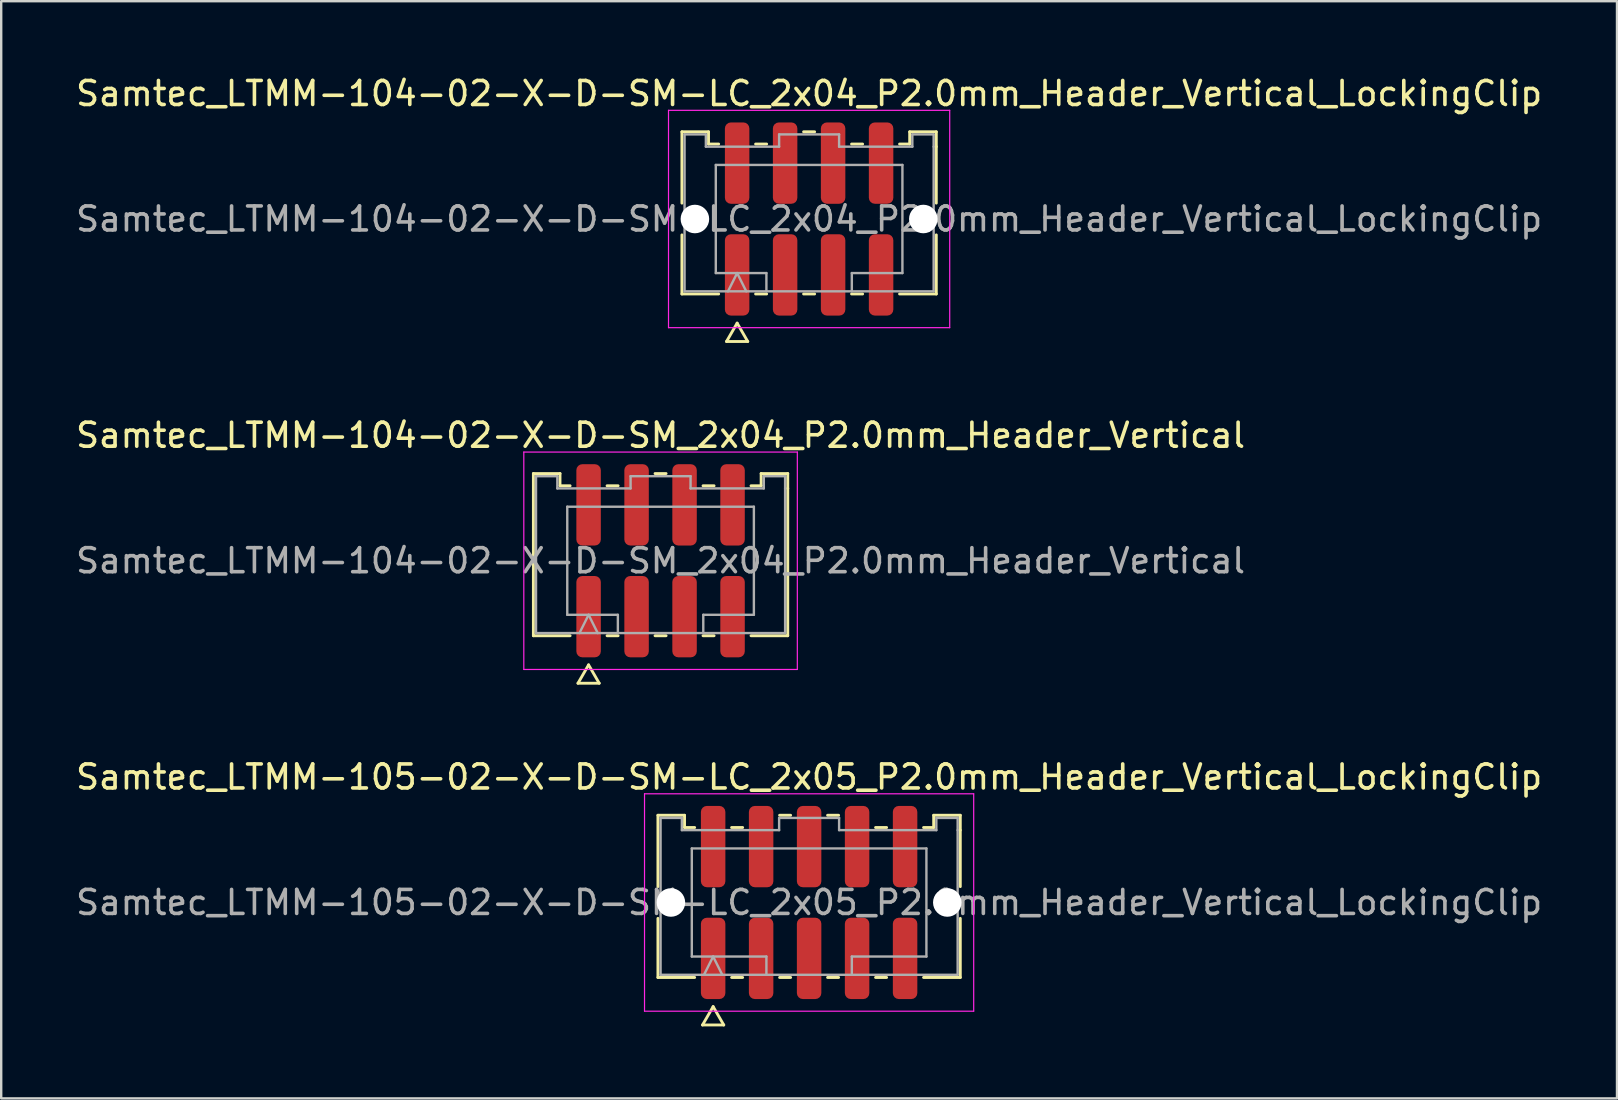
<source format=kicad_pcb>
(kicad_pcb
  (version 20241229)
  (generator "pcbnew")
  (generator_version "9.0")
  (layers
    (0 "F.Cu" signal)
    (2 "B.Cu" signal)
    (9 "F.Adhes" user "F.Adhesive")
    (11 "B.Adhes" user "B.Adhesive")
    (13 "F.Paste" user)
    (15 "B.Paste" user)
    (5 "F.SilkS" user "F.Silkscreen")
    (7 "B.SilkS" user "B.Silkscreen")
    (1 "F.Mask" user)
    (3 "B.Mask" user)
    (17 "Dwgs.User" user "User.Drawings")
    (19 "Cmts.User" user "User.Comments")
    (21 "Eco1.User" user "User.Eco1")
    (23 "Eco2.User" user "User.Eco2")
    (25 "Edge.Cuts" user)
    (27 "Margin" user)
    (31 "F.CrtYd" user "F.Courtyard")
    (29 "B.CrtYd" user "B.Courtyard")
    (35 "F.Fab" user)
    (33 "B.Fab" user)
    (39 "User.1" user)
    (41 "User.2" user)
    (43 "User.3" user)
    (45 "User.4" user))
  (footprint "Samtec_LTMM-104-02-X-D-SM_2x04_P2.0mm_Header_Vertical"
    (layer "F.Cu")
    (at 24.482 20.322)
    (property "Reference" "Samtec_LTMM-104-02-X-D-SM_2x04_P2.0mm_Header_Vertical" (at 0 -5.23 0) (layer "F.SilkS") (effects (font (size 1 1) (thickness 0.15))))
    (attr smd)
    (fp_line (start -5.301 -3.635) (end -4.192 -3.635) (stroke (width 0.12) (type solid)) (layer "F.SilkS"))
    (fp_line (start -5.301 3.125) (end -5.301 -3.635) (stroke (width 0.12) (type solid)) (layer "F.SilkS"))
    (fp_line (start -4.192 -3.635) (end -4.192 -3.125) (stroke (width 0.12) (type solid)) (layer "F.SilkS"))
    (fp_line (start -4.192 -3.125) (end -3.77 -3.125) (stroke (width 0.12) (type solid)) (layer "F.SilkS"))
    (fp_line (start -3.77 3.125) (end -5.301 3.125) (stroke (width 0.12) (type solid)) (layer "F.SilkS"))
    (fp_line (start -3.442 5.105) (end -3 4.34) (stroke (width 0.12) (type solid)) (layer "F.SilkS"))
    (fp_line (start -3 4.34) (end -2.558 5.105) (stroke (width 0.12) (type solid)) (layer "F.SilkS"))
    (fp_line (start -2.558 5.105) (end -3.442 5.105) (stroke (width 0.12) (type solid)) (layer "F.SilkS"))
    (fp_line (start -2.23 -3.125) (end -1.77 -3.125) (stroke (width 0.12) (type solid)) (layer "F.SilkS"))
    (fp_line (start -1.77 3.125) (end -2.23 3.125) (stroke (width 0.12) (type solid)) (layer "F.SilkS"))
    (fp_line (start -0.23 -3.635) (end 0.23 -3.635) (stroke (width 0.12) (type solid)) (layer "F.SilkS"))
    (fp_line (start 0.23 3.125) (end -0.23 3.125) (stroke (width 0.12) (type solid)) (layer "F.SilkS"))
    (fp_line (start 1.77 -3.125) (end 2.23 -3.125) (stroke (width 0.12) (type solid)) (layer "F.SilkS"))
    (fp_line (start 2.23 3.125) (end 1.77 3.125) (stroke (width 0.12) (type solid)) (layer "F.SilkS"))
    (fp_line (start 3.77 -3.125) (end 4.192 -3.125) (stroke (width 0.12) (type solid)) (layer "F.SilkS"))
    (fp_line (start 4.192 -3.635) (end 5.301 -3.635) (stroke (width 0.12) (type solid)) (layer "F.SilkS"))
    (fp_line (start 4.192 -3.125) (end 4.192 -3.635) (stroke (width 0.12) (type solid)) (layer "F.SilkS"))
    (fp_line (start 5.301 -3.635) (end 5.301 -3.015) (stroke (width 0.12) (type solid)) (layer "F.SilkS"))
    (fp_line (start 5.301 -3.015) (end 5.301 3.125) (stroke (width 0.12) (type solid)) (layer "F.SilkS"))
    (fp_line (start 5.301 3.125) (end 3.77 3.125) (stroke (width 0.12) (type solid)) (layer "F.SilkS"))
    (fp_line (start -5.7 -4.53) (end -5.7 4.53) (stroke (width 0.05) (type solid)) (layer "F.CrtYd"))
    (fp_line (start -5.7 4.53) (end 5.7 4.53) (stroke (width 0.05) (type solid)) (layer "F.CrtYd"))
    (fp_line (start 5.7 -4.53) (end -5.7 -4.53) (stroke (width 0.05) (type solid)) (layer "F.CrtYd"))
    (fp_line (start 5.7 4.53) (end 5.7 -4.53) (stroke (width 0.05) (type solid)) (layer "F.CrtYd"))
    (fp_line (start -5.191 -3.525) (end -4.303 -3.525) (stroke (width 0.1) (type solid)) (layer "F.Fab"))
    (fp_line (start -5.191 3.015) (end -5.191 -3.525) (stroke (width 0.1) (type solid)) (layer "F.Fab"))
    (fp_line (start -4.303 -3.525) (end -4.303 -3.015) (stroke (width 0.1) (type solid)) (layer "F.Fab"))
    (fp_line (start -4.303 -3.015) (end -1.25 -3.015) (stroke (width 0.1) (type solid)) (layer "F.Fab"))
    (fp_line (start -3.889 -2.253) (end 3.889 -2.253) (stroke (width 0.1) (type solid)) (layer "F.Fab"))
    (fp_line (start -3.889 2.253) (end -3.889 -2.253) (stroke (width 0.1) (type solid)) (layer "F.Fab"))
    (fp_line (start -3.381 3.015) (end -3 2.253) (stroke (width 0.1) (type solid)) (layer "F.Fab"))
    (fp_line (start -3 2.253) (end -2.619 3.015) (stroke (width 0.1) (type solid)) (layer "F.Fab"))
    (fp_line (start -1.78 2.253) (end -3.889 2.253) (stroke (width 0.1) (type solid)) (layer "F.Fab"))
    (fp_line (start -1.78 3.015) (end -1.78 2.253) (stroke (width 0.1) (type solid)) (layer "F.Fab"))
    (fp_line (start -1.25 -3.525) (end 1.25 -3.525) (stroke (width 0.1) (type solid)) (layer "F.Fab"))
    (fp_line (start -1.25 -3.015) (end -1.25 -3.525) (stroke (width 0.1) (type solid)) (layer "F.Fab"))
    (fp_line (start 1.25 -3.525) (end 1.25 -3.015) (stroke (width 0.1) (type solid)) (layer "F.Fab"))
    (fp_line (start 1.25 -3.015) (end 4.303 -3.015) (stroke (width 0.1) (type solid)) (layer "F.Fab"))
    (fp_line (start 1.78 2.253) (end 1.78 3.015) (stroke (width 0.1) (type solid)) (layer "F.Fab"))
    (fp_line (start 3.889 -2.253) (end 3.889 2.253) (stroke (width 0.1) (type solid)) (layer "F.Fab"))
    (fp_line (start 3.889 2.253) (end 1.78 2.253) (stroke (width 0.1) (type solid)) (layer "F.Fab"))
    (fp_line (start 4.303 -3.525) (end 5.191 -3.525) (stroke (width 0.1) (type solid)) (layer "F.Fab"))
    (fp_line (start 4.303 -3.015) (end 4.303 -3.525) (stroke (width 0.1) (type solid)) (layer "F.Fab"))
    (fp_line (start 5.191 -3.525) (end 5.191 -3.015) (stroke (width 0.1) (type solid)) (layer "F.Fab"))
    (fp_line (start 5.191 -3.015) (end 5.191 3.015) (stroke (width 0.1) (type solid)) (layer "F.Fab"))
    (fp_line (start 5.191 3.015) (end -5.191 3.015) (stroke (width 0.1) (type solid)) (layer "F.Fab"))
    (fp_text user "${REFERENCE}" (at 0 0 0) (layer "F.Fab") (effects (font (size 1 1) (thickness 0.15))))
    (pad "1" smd roundrect (at -3 2.33) (size 1.02 3.39) (layers "F.Cu" "F.Mask" "F.Paste") (roundrect_rratio 0.245))
    (pad "2" smd roundrect (at -3 -2.33) (size 1.02 3.39) (layers "F.Cu" "F.Mask" "F.Paste") (roundrect_rratio 0.245))
    (pad "3" smd roundrect (at -1 2.33) (size 1.02 3.39) (layers "F.Cu" "F.Mask" "F.Paste") (roundrect_rratio 0.245))
    (pad "4" smd roundrect (at -1 -2.33) (size 1.02 3.39) (layers "F.Cu" "F.Mask" "F.Paste") (roundrect_rratio 0.245))
    (pad "5" smd roundrect (at 1 2.33) (size 1.02 3.39) (layers "F.Cu" "F.Mask" "F.Paste") (roundrect_rratio 0.245))
    (pad "6" smd roundrect (at 1 -2.33) (size 1.02 3.39) (layers "F.Cu" "F.Mask" "F.Paste") (roundrect_rratio 0.245))
    (pad "7" smd roundrect (at 3 2.33) (size 1.02 3.39) (layers "F.Cu" "F.Mask" "F.Paste") (roundrect_rratio 0.245))
    (pad "8" smd roundrect (at 3 -2.33) (size 1.02 3.39) (layers "F.Cu" "F.Mask" "F.Paste") (roundrect_rratio 0.245)))
  (footprint "Samtec_LTMM-104-02-X-D-SM-LC_2x04_P2.0mm_Header_Vertical_LockingClip"
    (layer "F.Cu")
    (at 30.673 6.078)
    (property "Reference" "Samtec_LTMM-104-02-X-D-SM-LC_2x04_P2.0mm_Header_Vertical_LockingClip" (at 0 -5.23 0) (layer "F.SilkS") (effects (font (size 1 1) (thickness 0.15))))
    (attr smd)
    (fp_line (start -5.301 -3.635) (end -4.192 -3.635) (stroke (width 0.12) (type solid)) (layer "F.SilkS"))
    (fp_line (start -5.301 -0.662) (end -5.301 -3.635) (stroke (width 0.12) (type solid)) (layer "F.SilkS"))
    (fp_line (start -5.301 3.125) (end -5.301 0.662) (stroke (width 0.12) (type solid)) (layer "F.SilkS"))
    (fp_line (start -4.192 -3.635) (end -4.192 -3.125) (stroke (width 0.12) (type solid)) (layer "F.SilkS"))
    (fp_line (start -4.192 -3.125) (end -3.77 -3.125) (stroke (width 0.12) (type solid)) (layer "F.SilkS"))
    (fp_line (start -3.77 3.125) (end -5.301 3.125) (stroke (width 0.12) (type solid)) (layer "F.SilkS"))
    (fp_line (start -3.442 5.105) (end -3 4.34) (stroke (width 0.12) (type solid)) (layer "F.SilkS"))
    (fp_line (start -3 4.34) (end -2.558 5.105) (stroke (width 0.12) (type solid)) (layer "F.SilkS"))
    (fp_line (start -2.558 5.105) (end -3.442 5.105) (stroke (width 0.12) (type solid)) (layer "F.SilkS"))
    (fp_line (start -2.23 -3.125) (end -1.77 -3.125) (stroke (width 0.12) (type solid)) (layer "F.SilkS"))
    (fp_line (start -1.77 3.125) (end -2.23 3.125) (stroke (width 0.12) (type solid)) (layer "F.SilkS"))
    (fp_line (start -0.23 -3.635) (end 0.23 -3.635) (stroke (width 0.12) (type solid)) (layer "F.SilkS"))
    (fp_line (start 0.23 3.125) (end -0.23 3.125) (stroke (width 0.12) (type solid)) (layer "F.SilkS"))
    (fp_line (start 1.77 -3.125) (end 2.23 -3.125) (stroke (width 0.12) (type solid)) (layer "F.SilkS"))
    (fp_line (start 2.23 3.125) (end 1.77 3.125) (stroke (width 0.12) (type solid)) (layer "F.SilkS"))
    (fp_line (start 3.77 -3.125) (end 4.192 -3.125) (stroke (width 0.12) (type solid)) (layer "F.SilkS"))
    (fp_line (start 4.192 -3.635) (end 5.301 -3.635) (stroke (width 0.12) (type solid)) (layer "F.SilkS"))
    (fp_line (start 4.192 -3.125) (end 4.192 -3.635) (stroke (width 0.12) (type solid)) (layer "F.SilkS"))
    (fp_line (start 5.301 -3.635) (end 5.301 -3.015) (stroke (width 0.12) (type solid)) (layer "F.SilkS"))
    (fp_line (start 5.301 -3.015) (end 5.301 -0.662) (stroke (width 0.12) (type solid)) (layer "F.SilkS"))
    (fp_line (start 5.301 0.662) (end 5.301 3.125) (stroke (width 0.12) (type solid)) (layer "F.SilkS"))
    (fp_line (start 5.301 3.125) (end 3.77 3.125) (stroke (width 0.12) (type solid)) (layer "F.SilkS"))
    (fp_line (start -5.86 -4.53) (end -5.86 4.53) (stroke (width 0.05) (type solid)) (layer "F.CrtYd"))
    (fp_line (start -5.86 4.53) (end 5.86 4.53) (stroke (width 0.05) (type solid)) (layer "F.CrtYd"))
    (fp_line (start 5.86 -4.53) (end -5.86 -4.53) (stroke (width 0.05) (type solid)) (layer "F.CrtYd"))
    (fp_line (start 5.86 4.53) (end 5.86 -4.53) (stroke (width 0.05) (type solid)) (layer "F.CrtYd"))
    (fp_line (start -5.191 -3.525) (end -4.303 -3.525) (stroke (width 0.1) (type solid)) (layer "F.Fab"))
    (fp_line (start -5.191 3.015) (end -5.191 -3.525) (stroke (width 0.1) (type solid)) (layer "F.Fab"))
    (fp_line (start -4.303 -3.525) (end -4.303 -3.015) (stroke (width 0.1) (type solid)) (layer "F.Fab"))
    (fp_line (start -4.303 -3.015) (end -1.25 -3.015) (stroke (width 0.1) (type solid)) (layer "F.Fab"))
    (fp_line (start -3.889 -2.253) (end 3.889 -2.253) (stroke (width 0.1) (type solid)) (layer "F.Fab"))
    (fp_line (start -3.889 2.253) (end -3.889 -2.253) (stroke (width 0.1) (type solid)) (layer "F.Fab"))
    (fp_line (start -3.381 3.015) (end -3 2.253) (stroke (width 0.1) (type solid)) (layer "F.Fab"))
    (fp_line (start -3 2.253) (end -2.619 3.015) (stroke (width 0.1) (type solid)) (layer "F.Fab"))
    (fp_line (start -1.78 2.253) (end -3.889 2.253) (stroke (width 0.1) (type solid)) (layer "F.Fab"))
    (fp_line (start -1.78 3.015) (end -1.78 2.253) (stroke (width 0.1) (type solid)) (layer "F.Fab"))
    (fp_line (start -1.25 -3.525) (end 1.25 -3.525) (stroke (width 0.1) (type solid)) (layer "F.Fab"))
    (fp_line (start -1.25 -3.015) (end -1.25 -3.525) (stroke (width 0.1) (type solid)) (layer "F.Fab"))
    (fp_line (start 1.25 -3.525) (end 1.25 -3.015) (stroke (width 0.1) (type solid)) (layer "F.Fab"))
    (fp_line (start 1.25 -3.015) (end 4.303 -3.015) (stroke (width 0.1) (type solid)) (layer "F.Fab"))
    (fp_line (start 1.78 2.253) (end 1.78 3.015) (stroke (width 0.1) (type solid)) (layer "F.Fab"))
    (fp_line (start 3.889 -2.253) (end 3.889 2.253) (stroke (width 0.1) (type solid)) (layer "F.Fab"))
    (fp_line (start 3.889 2.253) (end 1.78 2.253) (stroke (width 0.1) (type solid)) (layer "F.Fab"))
    (fp_line (start 4.303 -3.525) (end 5.191 -3.525) (stroke (width 0.1) (type solid)) (layer "F.Fab"))
    (fp_line (start 4.303 -3.015) (end 4.303 -3.525) (stroke (width 0.1) (type solid)) (layer "F.Fab"))
    (fp_line (start 5.191 -3.525) (end 5.191 -3.015) (stroke (width 0.1) (type solid)) (layer "F.Fab"))
    (fp_line (start 5.191 -3.015) (end 5.191 3.015) (stroke (width 0.1) (type solid)) (layer "F.Fab"))
    (fp_line (start 5.191 3.015) (end -5.191 3.015) (stroke (width 0.1) (type solid)) (layer "F.Fab"))
    (fp_text user "${REFERENCE}" (at 0 0 0) (layer "F.Fab") (effects (font (size 1 1) (thickness 0.15))))
    (pad "" np_thru_hole circle (at -4.76 0) (size 1.19 1.19) (drill 1.19) (layers "*.Cu" "*.Mask"))
    (pad "" np_thru_hole circle (at 4.76 0) (size 1.19 1.19) (drill 1.19) (layers "*.Cu" "*.Mask"))
    (pad "1" smd roundrect (at -3 2.33) (size 1.02 3.39) (layers "F.Cu" "F.Mask" "F.Paste") (roundrect_rratio 0.245))
    (pad "2" smd roundrect (at -3 -2.33) (size 1.02 3.39) (layers "F.Cu" "F.Mask" "F.Paste") (roundrect_rratio 0.245))
    (pad "3" smd roundrect (at -1 2.33) (size 1.02 3.39) (layers "F.Cu" "F.Mask" "F.Paste") (roundrect_rratio 0.245))
    (pad "4" smd roundrect (at -1 -2.33) (size 1.02 3.39) (layers "F.Cu" "F.Mask" "F.Paste") (roundrect_rratio 0.245))
    (pad "5" smd roundrect (at 1 2.33) (size 1.02 3.39) (layers "F.Cu" "F.Mask" "F.Paste") (roundrect_rratio 0.245))
    (pad "6" smd roundrect (at 1 -2.33) (size 1.02 3.39) (layers "F.Cu" "F.Mask" "F.Paste") (roundrect_rratio 0.245))
    (pad "7" smd roundrect (at 3 2.33) (size 1.02 3.39) (layers "F.Cu" "F.Mask" "F.Paste") (roundrect_rratio 0.245))
    (pad "8" smd roundrect (at 3 -2.33) (size 1.02 3.39) (layers "F.Cu" "F.Mask" "F.Paste") (roundrect_rratio 0.245)))
  (footprint "Samtec_LTMM-105-02-X-D-SM-LC_2x05_P2.0mm_Header_Vertical_LockingClip"
    (layer "F.Cu")
    (at 30.673 34.565)
    (property "Reference" "Samtec_LTMM-105-02-X-D-SM-LC_2x05_P2.0mm_Header_Vertical_LockingClip" (at 0 -5.23 0) (layer "F.SilkS") (effects (font (size 1 1) (thickness 0.15))))
    (attr smd)
    (fp_line (start -6.301 -3.635) (end -5.192 -3.635) (stroke (width 0.12) (type solid)) (layer "F.SilkS"))
    (fp_line (start -6.301 -0.662) (end -6.301 -3.635) (stroke (width 0.12) (type solid)) (layer "F.SilkS"))
    (fp_line (start -6.301 3.125) (end -6.301 0.662) (stroke (width 0.12) (type solid)) (layer "F.SilkS"))
    (fp_line (start -5.192 -3.635) (end -5.192 -3.125) (stroke (width 0.12) (type solid)) (layer "F.SilkS"))
    (fp_line (start -5.192 -3.125) (end -4.77 -3.125) (stroke (width 0.12) (type solid)) (layer "F.SilkS"))
    (fp_line (start -4.77 3.125) (end -6.301 3.125) (stroke (width 0.12) (type solid)) (layer "F.SilkS"))
    (fp_line (start -4.442 5.105) (end -4 4.34) (stroke (width 0.12) (type solid)) (layer "F.SilkS"))
    (fp_line (start -4 4.34) (end -3.558 5.105) (stroke (width 0.12) (type solid)) (layer "F.SilkS"))
    (fp_line (start -3.558 5.105) (end -4.442 5.105) (stroke (width 0.12) (type solid)) (layer "F.SilkS"))
    (fp_line (start -3.23 -3.125) (end -2.77 -3.125) (stroke (width 0.12) (type solid)) (layer "F.SilkS"))
    (fp_line (start -2.77 3.125) (end -3.23 3.125) (stroke (width 0.12) (type solid)) (layer "F.SilkS"))
    (fp_line (start -1.23 -3.635) (end -0.77 -3.635) (stroke (width 0.12) (type solid)) (layer "F.SilkS"))
    (fp_line (start -0.77 3.125) (end -1.23 3.125) (stroke (width 0.12) (type solid)) (layer "F.SilkS"))
    (fp_line (start 0.77 -3.635) (end 1.23 -3.635) (stroke (width 0.12) (type solid)) (layer "F.SilkS"))
    (fp_line (start 1.23 3.125) (end 0.77 3.125) (stroke (width 0.12) (type solid)) (layer "F.SilkS"))
    (fp_line (start 2.77 -3.125) (end 3.23 -3.125) (stroke (width 0.12) (type solid)) (layer "F.SilkS"))
    (fp_line (start 3.23 3.125) (end 2.77 3.125) (stroke (width 0.12) (type solid)) (layer "F.SilkS"))
    (fp_line (start 4.77 -3.125) (end 5.192 -3.125) (stroke (width 0.12) (type solid)) (layer "F.SilkS"))
    (fp_line (start 5.192 -3.635) (end 6.301 -3.635) (stroke (width 0.12) (type solid)) (layer "F.SilkS"))
    (fp_line (start 5.192 -3.125) (end 5.192 -3.635) (stroke (width 0.12) (type solid)) (layer "F.SilkS"))
    (fp_line (start 6.301 -3.635) (end 6.301 -3.015) (stroke (width 0.12) (type solid)) (layer "F.SilkS"))
    (fp_line (start 6.301 -3.015) (end 6.301 -0.662) (stroke (width 0.12) (type solid)) (layer "F.SilkS"))
    (fp_line (start 6.301 0.662) (end 6.301 3.125) (stroke (width 0.12) (type solid)) (layer "F.SilkS"))
    (fp_line (start 6.301 3.125) (end 4.77 3.125) (stroke (width 0.12) (type solid)) (layer "F.SilkS"))
    (fp_line (start -6.86 -4.53) (end -6.86 4.53) (stroke (width 0.05) (type solid)) (layer "F.CrtYd"))
    (fp_line (start -6.86 4.53) (end 6.86 4.53) (stroke (width 0.05) (type solid)) (layer "F.CrtYd"))
    (fp_line (start 6.86 -4.53) (end -6.86 -4.53) (stroke (width 0.05) (type solid)) (layer "F.CrtYd"))
    (fp_line (start 6.86 4.53) (end 6.86 -4.53) (stroke (width 0.05) (type solid)) (layer "F.CrtYd"))
    (fp_line (start -6.191 -3.525) (end -5.303 -3.525) (stroke (width 0.1) (type solid)) (layer "F.Fab"))
    (fp_line (start -6.191 3.015) (end -6.191 -3.525) (stroke (width 0.1) (type solid)) (layer "F.Fab"))
    (fp_line (start -5.303 -3.525) (end -5.303 -3.015) (stroke (width 0.1) (type solid)) (layer "F.Fab"))
    (fp_line (start -5.303 -3.015) (end -1.25 -3.015) (stroke (width 0.1) (type solid)) (layer "F.Fab"))
    (fp_line (start -4.889 -2.253) (end 4.889 -2.253) (stroke (width 0.1) (type solid)) (layer "F.Fab"))
    (fp_line (start -4.889 2.253) (end -4.889 -2.253) (stroke (width 0.1) (type solid)) (layer "F.Fab"))
    (fp_line (start -4.381 3.015) (end -4 2.253) (stroke (width 0.1) (type solid)) (layer "F.Fab"))
    (fp_line (start -4 2.253) (end -3.619 3.015) (stroke (width 0.1) (type solid)) (layer "F.Fab"))
    (fp_line (start -1.78 2.253) (end -4.889 2.253) (stroke (width 0.1) (type solid)) (layer "F.Fab"))
    (fp_line (start -1.78 3.015) (end -1.78 2.253) (stroke (width 0.1) (type solid)) (layer "F.Fab"))
    (fp_line (start -1.25 -3.525) (end 1.25 -3.525) (stroke (width 0.1) (type solid)) (layer "F.Fab"))
    (fp_line (start -1.25 -3.015) (end -1.25 -3.525) (stroke (width 0.1) (type solid)) (layer "F.Fab"))
    (fp_line (start 1.25 -3.525) (end 1.25 -3.015) (stroke (width 0.1) (type solid)) (layer "F.Fab"))
    (fp_line (start 1.25 -3.015) (end 5.303 -3.015) (stroke (width 0.1) (type solid)) (layer "F.Fab"))
    (fp_line (start 1.78 2.253) (end 1.78 3.015) (stroke (width 0.1) (type solid)) (layer "F.Fab"))
    (fp_line (start 4.889 -2.253) (end 4.889 2.253) (stroke (width 0.1) (type solid)) (layer "F.Fab"))
    (fp_line (start 4.889 2.253) (end 1.78 2.253) (stroke (width 0.1) (type solid)) (layer "F.Fab"))
    (fp_line (start 5.303 -3.525) (end 6.191 -3.525) (stroke (width 0.1) (type solid)) (layer "F.Fab"))
    (fp_line (start 5.303 -3.015) (end 5.303 -3.525) (stroke (width 0.1) (type solid)) (layer "F.Fab"))
    (fp_line (start 6.191 -3.525) (end 6.191 -3.015) (stroke (width 0.1) (type solid)) (layer "F.Fab"))
    (fp_line (start 6.191 -3.015) (end 6.191 3.015) (stroke (width 0.1) (type solid)) (layer "F.Fab"))
    (fp_line (start 6.191 3.015) (end -6.191 3.015) (stroke (width 0.1) (type solid)) (layer "F.Fab"))
    (fp_text user "${REFERENCE}" (at 0 0 0) (layer "F.Fab") (effects (font (size 1 1) (thickness 0.15))))
    (pad "" np_thru_hole circle (at -5.76 0) (size 1.19 1.19) (drill 1.19) (layers "*.Cu" "*.Mask"))
    (pad "" np_thru_hole circle (at 5.76 0) (size 1.19 1.19) (drill 1.19) (layers "*.Cu" "*.Mask"))
    (pad "1" smd roundrect (at -4 2.33) (size 1.02 3.39) (layers "F.Cu" "F.Mask" "F.Paste") (roundrect_rratio 0.245))
    (pad "2" smd roundrect (at -4 -2.33) (size 1.02 3.39) (layers "F.Cu" "F.Mask" "F.Paste") (roundrect_rratio 0.245))
    (pad "3" smd roundrect (at -2 2.33) (size 1.02 3.39) (layers "F.Cu" "F.Mask" "F.Paste") (roundrect_rratio 0.245))
    (pad "4" smd roundrect (at -2 -2.33) (size 1.02 3.39) (layers "F.Cu" "F.Mask" "F.Paste") (roundrect_rratio 0.245))
    (pad "5" smd roundrect (at 0 2.33) (size 1.02 3.39) (layers "F.Cu" "F.Mask" "F.Paste") (roundrect_rratio 0.245))
    (pad "6" smd roundrect (at 0 -2.33) (size 1.02 3.39) (layers "F.Cu" "F.Mask" "F.Paste") (roundrect_rratio 0.245))
    (pad "7" smd roundrect (at 2 2.33) (size 1.02 3.39) (layers "F.Cu" "F.Mask" "F.Paste") (roundrect_rratio 0.245))
    (pad "8" smd roundrect (at 2 -2.33) (size 1.02 3.39) (layers "F.Cu" "F.Mask" "F.Paste") (roundrect_rratio 0.245))
    (pad "9" smd roundrect (at 4 2.33) (size 1.02 3.39) (layers "F.Cu" "F.Mask" "F.Paste") (roundrect_rratio 0.245))
    (pad "10" smd roundrect (at 4 -2.33) (size 1.02 3.39) (layers "F.Cu" "F.Mask" "F.Paste") (roundrect_rratio 0.245)))
  (gr_rect
    (start -3 -3)
    (end 64.345 42.73)
    (stroke (width 0.1) (type default))
    (fill no)
    (layer "Edge.Cuts")))
</source>
